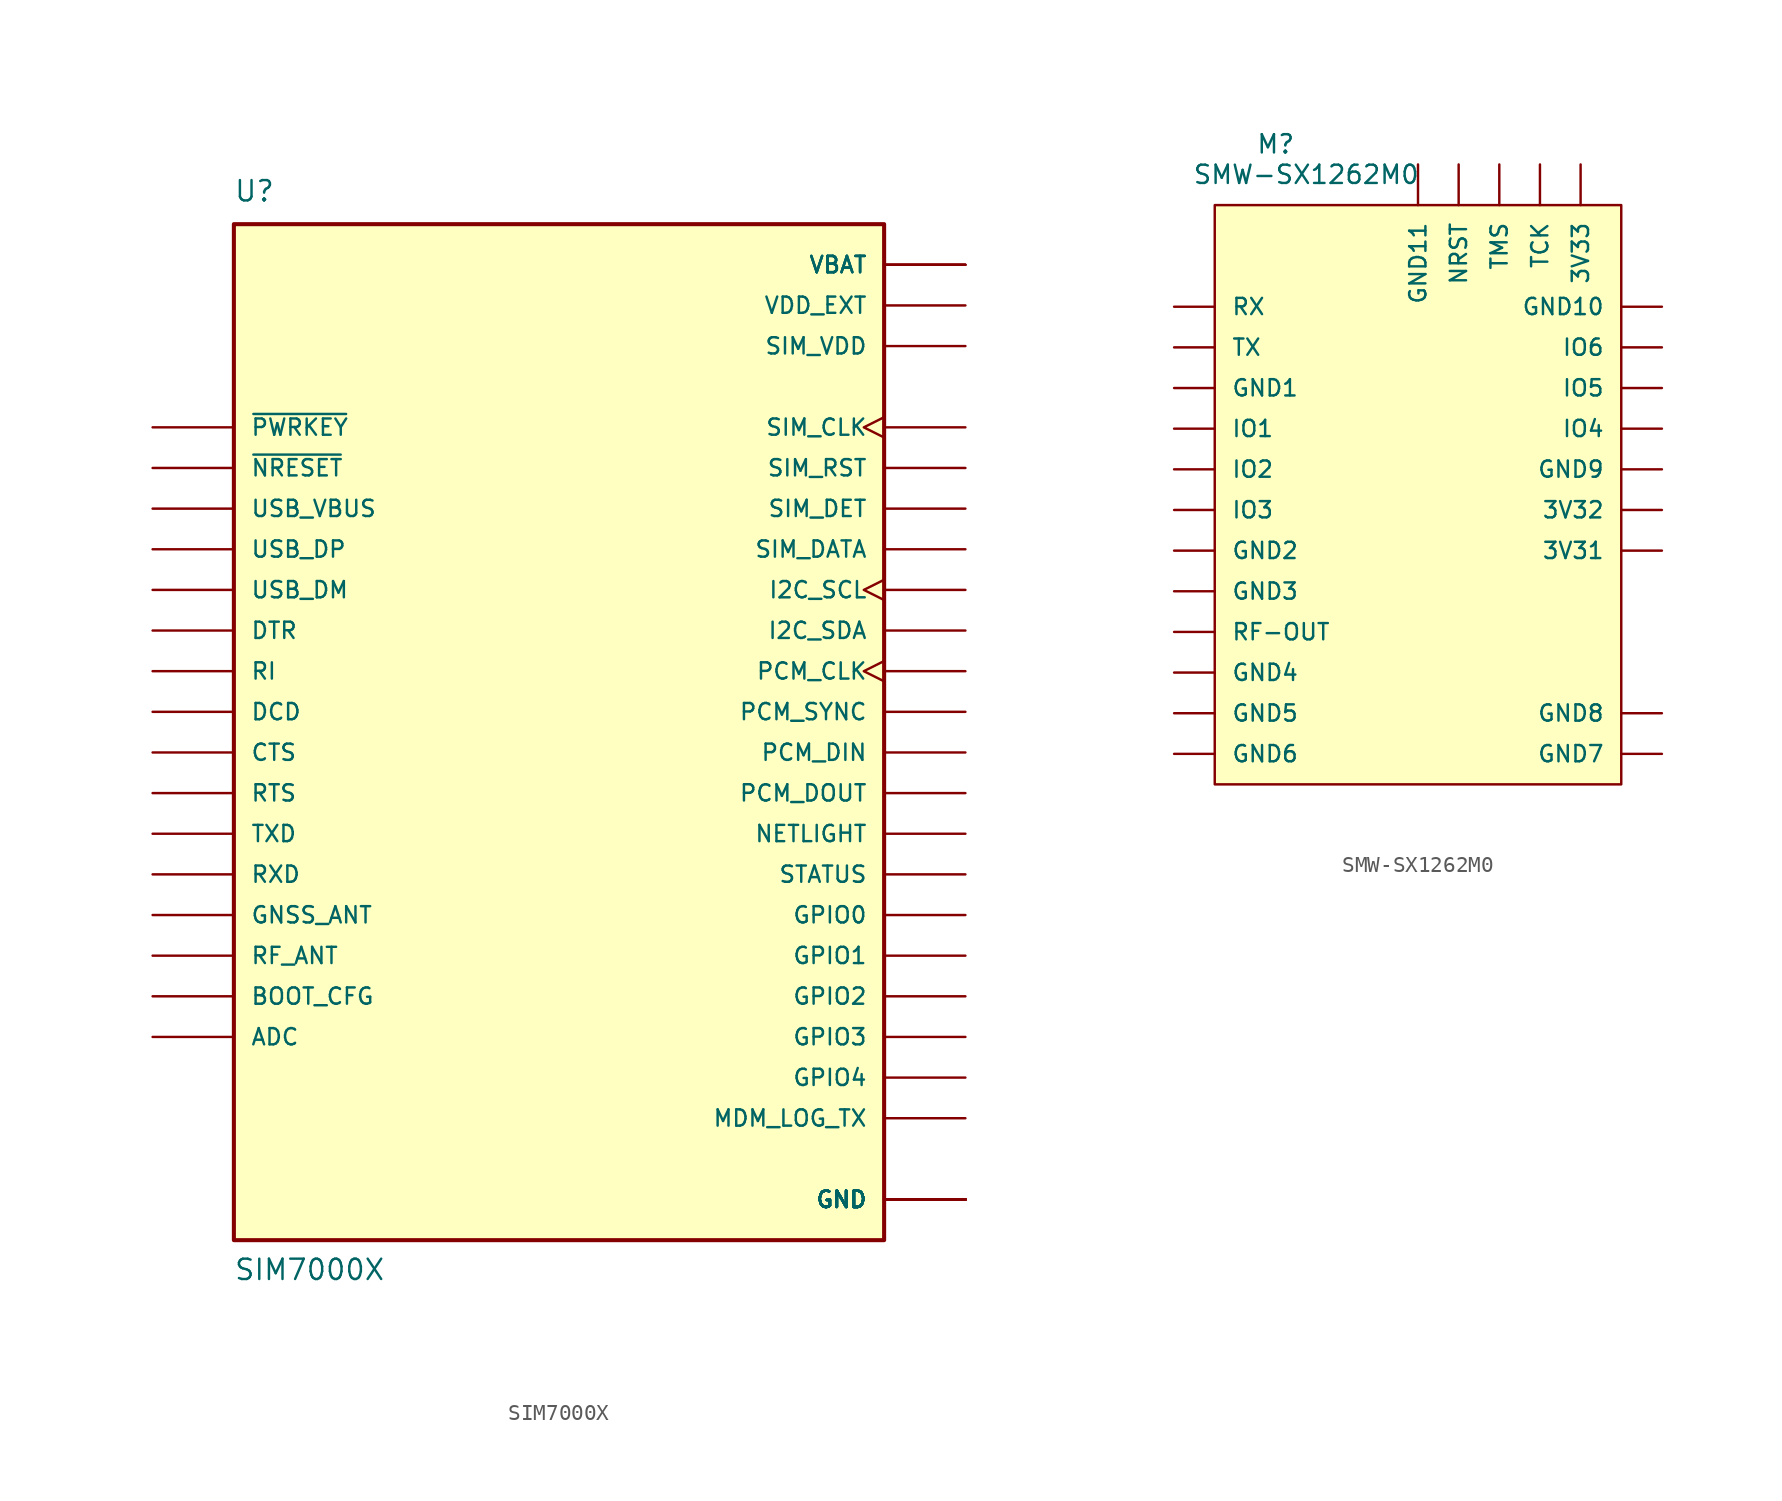
<source format=kicad_sym>
(kicad_symbol_lib
  (version 20231120)
  (generator "kicad_symbol_editor")
  (generator_version "8.0")
  (symbol "SIM7000X"
    (pin_numbers hide)
    (pin_names
      (offset 1.016))
    (property "Reference" "U"
      (at -20.345 34.341 0)
      (effects (font (size 1.27 1.27)) (justify left bottom)))
    (property "Value" "SIM7000X"
      (at -20.345 -33.071 0)
      (effects (font (size 1.27 1.27)) (justify left bottom)))
    (symbol "SIM7000X_0_0"
      (rectangle (start -20.32 -30.48) (end 20.32 33.02) (stroke (width 0.254) (type default)) (fill (type background)))
      (pin input line (at -25.4 20.32 0) (length 5.08) (name "~{PWRKEY}" (effects (font (size 1.016 1.016)))) (number "1" (effects (font (size 1.016 1.016)))))
      (pin input line (at -25.4 -7.62 0) (length 5.08) (name "RXD" (effects (font (size 1.016 1.016)))) (number "10" (effects (font (size 1.016 1.016)))))
      (pin output clock (at 25.4 5.08 180) (length 5.08) (name "PCM_CLK" (effects (font (size 1.016 1.016)))) (number "11" (effects (font (size 1.016 1.016)))))
      (pin output line (at 25.4 2.54 180) (length 5.08) (name "PCM_SYNC" (effects (font (size 1.016 1.016)))) (number "12" (effects (font (size 1.016 1.016)))))
      (pin input line (at 25.4 0 180) (length 5.08) (name "PCM_DIN" (effects (font (size 1.016 1.016)))) (number "13" (effects (font (size 1.016 1.016)))))
      (pin output line (at 25.4 -2.54 180) (length 5.08) (name "PCM_DOUT" (effects (font (size 1.016 1.016)))) (number "14" (effects (font (size 1.016 1.016)))))
      (pin power_in line (at 25.4 27.94 180) (length 5.08) (name "VDD_EXT" (effects (font (size 1.016 1.016)))) (number "15" (effects (font (size 1.016 1.016)))))
      (pin input line (at -25.4 17.78 0) (length 5.08) (name "~{NRESET}" (effects (font (size 1.016 1.016)))) (number "16" (effects (font (size 1.016 1.016)))))
      (pin power_in line (at 25.4 -27.94 180) (length 5.08) (name "GND" (effects (font (size 1.016 1.016)))) (number "17" (effects (font (size 1.016 1.016)))))
      (pin power_in line (at 25.4 -27.94 180) (length 5.08) (name "GND" (effects (font (size 1.016 1.016)))) (number "18" (effects (font (size 1.016 1.016)))))
      (pin power_in line (at 25.4 -27.94 180) (length 5.08) (name "GND" (effects (font (size 1.016 1.016)))) (number "2" (effects (font (size 1.016 1.016)))))
      (pin output line (at 25.4 -22.86 180) (length 5.08) (name "MDM_LOG_TX" (effects (font (size 1.016 1.016)))) (number "23" (effects (font (size 1.016 1.016)))))
      (pin input line (at -25.4 15.24 0) (length 5.08) (name "USB_VBUS" (effects (font (size 1.016 1.016)))) (number "24" (effects (font (size 1.016 1.016)))))
      (pin input line (at -25.4 -17.78 0) (length 5.08) (name "ADC" (effects (font (size 1.016 1.016)))) (number "25" (effects (font (size 1.016 1.016)))))
      (pin bidirectional line (at -25.4 12.7 0) (length 5.08) (name "USB_DP" (effects (font (size 1.016 1.016)))) (number "27" (effects (font (size 1.016 1.016)))))
      (pin bidirectional line (at -25.4 10.16 0) (length 5.08) (name "USB_DM" (effects (font (size 1.016 1.016)))) (number "28" (effects (font (size 1.016 1.016)))))
      (pin power_in line (at 25.4 -27.94 180) (length 5.08) (name "GND" (effects (font (size 1.016 1.016)))) (number "29" (effects (font (size 1.016 1.016)))))
      (pin input line (at -25.4 7.62 0) (length 5.08) (name "DTR" (effects (font (size 1.016 1.016)))) (number "3" (effects (font (size 1.016 1.016)))))
      (pin power_in line (at 25.4 25.4 180) (length 5.08) (name "SIM_VDD" (effects (font (size 1.016 1.016)))) (number "30" (effects (font (size 1.016 1.016)))))
      (pin bidirectional line (at 25.4 12.7 180) (length 5.08) (name "SIM_DATA" (effects (font (size 1.016 1.016)))) (number "31" (effects (font (size 1.016 1.016)))))
      (pin output clock (at 25.4 20.32 180) (length 5.08) (name "SIM_CLK" (effects (font (size 1.016 1.016)))) (number "32" (effects (font (size 1.016 1.016)))))
      (pin output line (at 25.4 17.78 180) (length 5.08) (name "SIM_RST" (effects (font (size 1.016 1.016)))) (number "33" (effects (font (size 1.016 1.016)))))
      (pin input line (at 25.4 15.24 180) (length 5.08) (name "SIM_DET" (effects (font (size 1.016 1.016)))) (number "34" (effects (font (size 1.016 1.016)))))
      (pin bidirectional line (at 25.4 7.62 180) (length 5.08) (name "I2C_SDA" (effects (font (size 1.016 1.016)))) (number "37" (effects (font (size 1.016 1.016)))))
      (pin output clock (at 25.4 10.16 180) (length 5.08) (name "I2C_SCL" (effects (font (size 1.016 1.016)))) (number "38" (effects (font (size 1.016 1.016)))))
      (pin power_in line (at 25.4 -27.94 180) (length 5.08) (name "GND" (effects (font (size 1.016 1.016)))) (number "39" (effects (font (size 1.016 1.016)))))
      (pin output line (at -25.4 5.08 0) (length 5.08) (name "RI" (effects (font (size 1.016 1.016)))) (number "4" (effects (font (size 1.016 1.016)))))
      (pin power_in line (at 25.4 -27.94 180) (length 5.08) (name "GND" (effects (font (size 1.016 1.016)))) (number "45" (effects (font (size 1.016 1.016)))))
      (pin power_in line (at 25.4 -27.94 180) (length 5.08) (name "GND" (effects (font (size 1.016 1.016)))) (number "46" (effects (font (size 1.016 1.016)))))
      (pin bidirectional line (at 25.4 -20.32 180) (length 5.08) (name "GPIO4" (effects (font (size 1.016 1.016)))) (number "48" (effects (font (size 1.016 1.016)))))
      (pin bidirectional line (at 25.4 -12.7 180) (length 5.08) (name "GPIO1" (effects (font (size 1.016 1.016)))) (number "49" (effects (font (size 1.016 1.016)))))
      (pin output line (at -25.4 2.54 0) (length 5.08) (name "DCD" (effects (font (size 1.016 1.016)))) (number "5" (effects (font (size 1.016 1.016)))))
      (pin bidirectional line (at 25.4 -10.16 180) (length 5.08) (name "GPIO0" (effects (font (size 1.016 1.016)))) (number "50" (effects (font (size 1.016 1.016)))))
      (pin output line (at 25.4 -5.08 180) (length 5.08) (name "NETLIGHT" (effects (font (size 1.016 1.016)))) (number "52" (effects (font (size 1.016 1.016)))))
      (pin input line (at -25.4 -10.16 0) (length 5.08) (name "GNSS_ANT" (effects (font (size 1.016 1.016)))) (number "53" (effects (font (size 1.016 1.016)))))
      (pin power_in line (at 25.4 -27.94 180) (length 5.08) (name "GND" (effects (font (size 1.016 1.016)))) (number "54" (effects (font (size 1.016 1.016)))))
      (pin power_in line (at 25.4 30.48 180) (length 5.08) (name "VBAT" (effects (font (size 1.016 1.016)))) (number "55" (effects (font (size 1.016 1.016)))))
      (pin power_in line (at 25.4 30.48 180) (length 5.08) (name "VBAT" (effects (font (size 1.016 1.016)))) (number "56" (effects (font (size 1.016 1.016)))))
      (pin power_in line (at 25.4 30.48 180) (length 5.08) (name "VBAT" (effects (font (size 1.016 1.016)))) (number "57" (effects (font (size 1.016 1.016)))))
      (pin power_in line (at 25.4 -27.94 180) (length 5.08) (name "GND" (effects (font (size 1.016 1.016)))) (number "58" (effects (font (size 1.016 1.016)))))
      (pin power_in line (at 25.4 -27.94 180) (length 5.08) (name "GND" (effects (font (size 1.016 1.016)))) (number "59" (effects (font (size 1.016 1.016)))))
      (pin input line (at -25.4 -15.24 0) (length 5.08) (name "BOOT_CFG" (effects (font (size 1.016 1.016)))) (number "6" (effects (font (size 1.016 1.016)))))
      (pin bidirectional line (at -25.4 -12.7 0) (length 5.08) (name "RF_ANT" (effects (font (size 1.016 1.016)))) (number "60" (effects (font (size 1.016 1.016)))))
      (pin power_in line (at 25.4 -27.94 180) (length 5.08) (name "GND" (effects (font (size 1.016 1.016)))) (number "61" (effects (font (size 1.016 1.016)))))
      (pin power_in line (at 25.4 -27.94 180) (length 5.08) (name "GND" (effects (font (size 1.016 1.016)))) (number "62" (effects (font (size 1.016 1.016)))))
      (pin power_in line (at 25.4 -27.94 180) (length 5.08) (name "GND" (effects (font (size 1.016 1.016)))) (number "63" (effects (font (size 1.016 1.016)))))
      (pin power_in line (at 25.4 -27.94 180) (length 5.08) (name "GND" (effects (font (size 1.016 1.016)))) (number "64" (effects (font (size 1.016 1.016)))))
      (pin power_in line (at 25.4 -27.94 180) (length 5.08) (name "GND" (effects (font (size 1.016 1.016)))) (number "65" (effects (font (size 1.016 1.016)))))
      (pin output line (at 25.4 -7.62 180) (length 5.08) (name "STATUS" (effects (font (size 1.016 1.016)))) (number "66" (effects (font (size 1.016 1.016)))))
      (pin bidirectional line (at 25.4 -15.24 180) (length 5.08) (name "GPIO2" (effects (font (size 1.016 1.016)))) (number "67" (effects (font (size 1.016 1.016)))))
      (pin bidirectional line (at 25.4 -17.78 180) (length 5.08) (name "GPIO3" (effects (font (size 1.016 1.016)))) (number "68" (effects (font (size 1.016 1.016)))))
      (pin output line (at -25.4 0 0) (length 5.08) (name "CTS" (effects (font (size 1.016 1.016)))) (number "7" (effects (font (size 1.016 1.016)))))
      (pin input line (at -25.4 -2.54 0) (length 5.08) (name "RTS" (effects (font (size 1.016 1.016)))) (number "8" (effects (font (size 1.016 1.016)))))
      (pin output line (at -25.4 -5.08 0) (length 5.08) (name "TXD" (effects (font (size 1.016 1.016)))) (number "9" (effects (font (size 1.016 1.016)))))))
  (symbol "SMW-SX1262M0"
    (pin_numbers hide)
    (pin_names
      (offset 1.016))
    (property "Reference" "M"
      (at -8.89 22.86 0)
      (effects (font (size 1.143 1.143))))
    (property "Value" "SMW-SX1262M0"
      (at -6.985 20.955 0)
      (effects (font (size 1.143 1.143))))
    (property "ki_locked" ""
      (at 0 0 0)
      (effects (font (size 1.27 1.27))))
    (symbol "SMW-SX1262M0_1_0"
      (rectangle (start -12.7 19.05) (end 12.7 -17.145) (stroke (width 0) (type default)) (fill (type background))))
    (symbol "SMW-SX1262M0_1_1"
      (pin bidirectional line (at 15.24 -2.54 180) (length 2.54) (name "3V31" (effects (font (size 1.016 1.016)))) (number "3V31" (effects (font (size 1.016 1.016)))))
      (pin bidirectional line (at 15.24 0 180) (length 2.54) (name "3V32" (effects (font (size 1.016 1.016)))) (number "3V32" (effects (font (size 1.016 1.016)))))
      (pin bidirectional line (at 10.16 21.59 270) (length 2.54) (name "3V33" (effects (font (size 1.016 1.016)))) (number "3V33" (effects (font (size 1.016 1.016)))))
      (pin bidirectional line (at -15.24 7.62 0) (length 2.54) (name "GND1" (effects (font (size 1.016 1.016)))) (number "GND1" (effects (font (size 1.016 1.016)))))
      (pin bidirectional line (at 15.24 12.7 180) (length 2.54) (name "GND10" (effects (font (size 1.016 1.016)))) (number "GND10" (effects (font (size 1.016 1.016)))))
      (pin bidirectional line (at 0 21.59 270) (length 2.54) (name "GND11" (effects (font (size 1.016 1.016)))) (number "GND11" (effects (font (size 1.016 1.016)))))
      (pin bidirectional line (at -15.24 -2.54 0) (length 2.54) (name "GND2" (effects (font (size 1.016 1.016)))) (number "GND2" (effects (font (size 1.016 1.016)))))
      (pin bidirectional line (at -15.24 -5.08 0) (length 2.54) (name "GND3" (effects (font (size 1.016 1.016)))) (number "GND3" (effects (font (size 1.016 1.016)))))
      (pin bidirectional line (at -15.24 -10.16 0) (length 2.54) (name "GND4" (effects (font (size 1.016 1.016)))) (number "GND4" (effects (font (size 1.016 1.016)))))
      (pin bidirectional line (at -15.24 -12.7 0) (length 2.54) (name "GND5" (effects (font (size 1.016 1.016)))) (number "GND5" (effects (font (size 1.016 1.016)))))
      (pin bidirectional line (at -15.24 -15.24 0) (length 2.54) (name "GND6" (effects (font (size 1.016 1.016)))) (number "GND6" (effects (font (size 1.016 1.016)))))
      (pin bidirectional line (at 15.24 -15.24 180) (length 2.54) (name "GND7" (effects (font (size 1.016 1.016)))) (number "GND7" (effects (font (size 1.016 1.016)))))
      (pin bidirectional line (at 15.24 -12.7 180) (length 2.54) (name "GND8" (effects (font (size 1.016 1.016)))) (number "GND8" (effects (font (size 1.016 1.016)))))
      (pin bidirectional line (at 15.24 2.54 180) (length 2.54) (name "GND9" (effects (font (size 1.016 1.016)))) (number "GND9" (effects (font (size 1.016 1.016)))))
      (pin bidirectional line (at -15.24 5.08 0) (length 2.54) (name "IO1" (effects (font (size 1.016 1.016)))) (number "IO1" (effects (font (size 1.016 1.016)))))
      (pin bidirectional line (at -15.24 2.54 0) (length 2.54) (name "IO2" (effects (font (size 1.016 1.016)))) (number "IO2" (effects (font (size 1.016 1.016)))))
      (pin bidirectional line (at -15.24 0 0) (length 2.54) (name "IO3" (effects (font (size 1.016 1.016)))) (number "IO3" (effects (font (size 1.016 1.016)))))
      (pin bidirectional line (at 15.24 5.08 180) (length 2.54) (name "IO4" (effects (font (size 1.016 1.016)))) (number "IO4" (effects (font (size 1.016 1.016)))))
      (pin bidirectional line (at 15.24 7.62 180) (length 2.54) (name "IO5" (effects (font (size 1.016 1.016)))) (number "IO5" (effects (font (size 1.016 1.016)))))
      (pin bidirectional line (at 15.24 10.16 180) (length 2.54) (name "IO6" (effects (font (size 1.016 1.016)))) (number "IO6" (effects (font (size 1.016 1.016)))))
      (pin bidirectional line (at 2.54 21.59 270) (length 2.54) (name "NRST" (effects (font (size 1.016 1.016)))) (number "NRST" (effects (font (size 1.016 1.016)))))
      (pin bidirectional line (at -15.24 -7.62 0) (length 2.54) (name "RF-OUT" (effects (font (size 1.016 1.016)))) (number "RF-OUT" (effects (font (size 1.016 1.016)))))
      (pin bidirectional line (at -15.24 12.7 0) (length 2.54) (name "RX" (effects (font (size 1.016 1.016)))) (number "RX" (effects (font (size 1.016 1.016)))))
      (pin bidirectional line (at 7.62 21.59 270) (length 2.54) (name "TCK" (effects (font (size 1.016 1.016)))) (number "TCK" (effects (font (size 1.016 1.016)))))
      (pin bidirectional line (at 5.08 21.59 270) (length 2.54) (name "TMS" (effects (font (size 1.016 1.016)))) (number "TMS" (effects (font (size 1.016 1.016)))))
      (pin bidirectional line (at -15.24 10.16 0) (length 2.54) (name "TX" (effects (font (size 1.016 1.016)))) (number "TX" (effects (font (size 1.016 1.016))))))))
</source>
